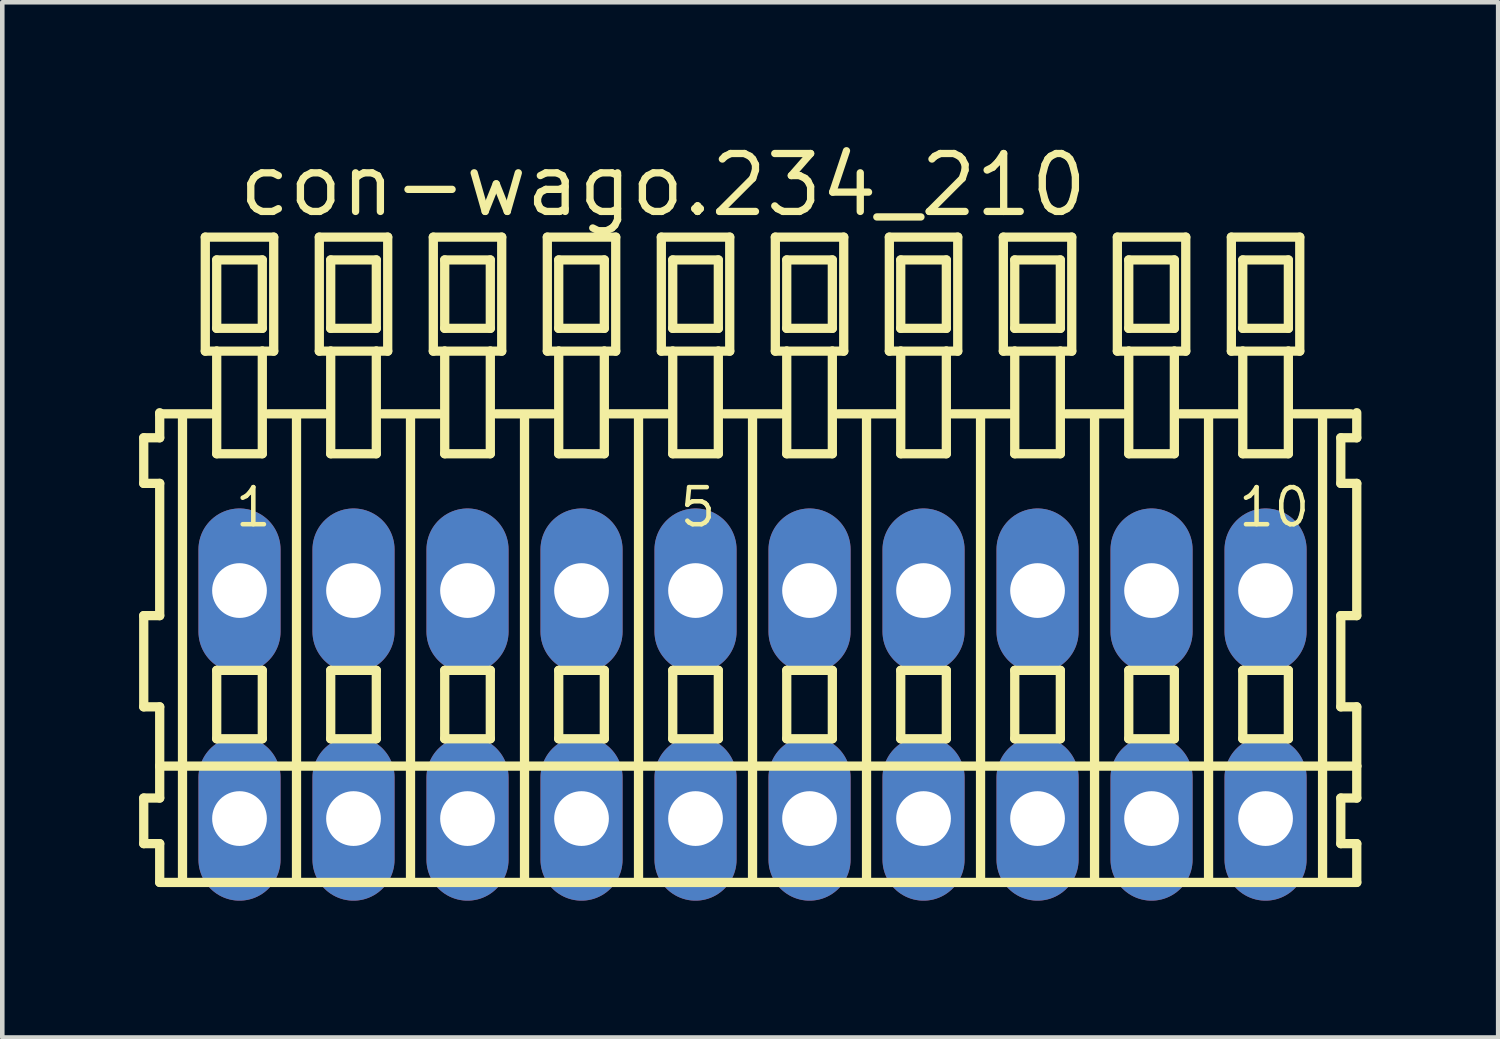
<source format=kicad_pcb>
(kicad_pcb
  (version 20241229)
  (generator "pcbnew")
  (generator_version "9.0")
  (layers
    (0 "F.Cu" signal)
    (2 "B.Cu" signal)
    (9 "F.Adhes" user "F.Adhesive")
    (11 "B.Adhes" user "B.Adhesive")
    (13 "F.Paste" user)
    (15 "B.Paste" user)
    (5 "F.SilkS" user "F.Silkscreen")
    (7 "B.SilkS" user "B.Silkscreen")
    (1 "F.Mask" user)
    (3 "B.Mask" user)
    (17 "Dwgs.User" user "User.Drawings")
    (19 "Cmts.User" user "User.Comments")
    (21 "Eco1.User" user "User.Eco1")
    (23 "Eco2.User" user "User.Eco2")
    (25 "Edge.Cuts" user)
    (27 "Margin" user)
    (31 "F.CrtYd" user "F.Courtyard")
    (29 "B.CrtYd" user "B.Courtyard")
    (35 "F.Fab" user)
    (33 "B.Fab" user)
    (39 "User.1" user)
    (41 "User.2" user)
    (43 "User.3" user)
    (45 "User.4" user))
  (footprint "con-wago.234_210"
    (layer "F.Cu")
    (at 13.452 12.4)
    (property "Reference" "con-wago.234_210" (at -11.35 -10.65 0) (layer "F.SilkS") (effects (font (size 1.27 1.27) (thickness 0.16)) (justify left bottom)))
    (attr through_hole)
    (fp_line (start -13.35 -5.85) (end -13.35 -4.85) (stroke (width 0.203) (type default)) (layer "F.SilkS"))
    (fp_line (start -13.35 -4.85) (end -13 -4.85) (stroke (width 0.203) (type default)) (layer "F.SilkS"))
    (fp_line (start -13.35 -1.95) (end -13.35 0.05) (stroke (width 0.203) (type default)) (layer "F.SilkS"))
    (fp_line (start -13.35 0.05) (end -13 0.05) (stroke (width 0.203) (type default)) (layer "F.SilkS"))
    (fp_line (start -13.35 2.05) (end -13.35 3.05) (stroke (width 0.203) (type default)) (layer "F.SilkS"))
    (fp_line (start -13.35 3.05) (end -13 3.05) (stroke (width 0.203) (type default)) (layer "F.SilkS"))
    (fp_line (start -13 -6.4) (end -13 -6.375) (stroke (width 0.203) (type default)) (layer "F.SilkS"))
    (fp_line (start -13 -6.375) (end -13 -5.85) (stroke (width 0.203) (type default)) (layer "F.SilkS"))
    (fp_line (start -13 -6.375) (end -11.875 -6.375) (stroke (width 0.203) (type default)) (layer "F.SilkS"))
    (fp_line (start -13 -5.85) (end -13.35 -5.85) (stroke (width 0.203) (type default)) (layer "F.SilkS"))
    (fp_line (start -13 -4.85) (end -13 -1.95) (stroke (width 0.203) (type default)) (layer "F.SilkS"))
    (fp_line (start -13 -1.95) (end -13.35 -1.95) (stroke (width 0.203) (type default)) (layer "F.SilkS"))
    (fp_line (start -13 0.05) (end -13 1.35) (stroke (width 0.203) (type default)) (layer "F.SilkS"))
    (fp_line (start -13 1.35) (end -13 2.05) (stroke (width 0.203) (type default)) (layer "F.SilkS"))
    (fp_line (start -13 1.35) (end 13.25 1.35) (stroke (width 0.203) (type default)) (layer "F.SilkS"))
    (fp_line (start -13 2.05) (end -13.35 2.05) (stroke (width 0.203) (type default)) (layer "F.SilkS"))
    (fp_line (start -13 3.05) (end -13 3.9) (stroke (width 0.203) (type default)) (layer "F.SilkS"))
    (fp_line (start -13 3.9) (end 13.25 3.9) (stroke (width 0.203) (type default)) (layer "F.SilkS"))
    (fp_line (start -12.5 -6.35) (end -12.5 3.8) (stroke (width 0.203) (type default)) (layer "F.SilkS"))
    (fp_line (start -12 -10.25) (end -12 -7.75) (stroke (width 0.203) (type default)) (layer "F.SilkS"))
    (fp_line (start -12 -7.75) (end -11.75 -7.75) (stroke (width 0.203) (type default)) (layer "F.SilkS"))
    (fp_line (start -11.75 -9.75) (end -11.75 -8.25) (stroke (width 0.203) (type default)) (layer "F.SilkS"))
    (fp_line (start -11.75 -8.25) (end -10.75 -8.25) (stroke (width 0.203) (type default)) (layer "F.SilkS"))
    (fp_line (start -11.75 -7.75) (end -11.75 -5.5) (stroke (width 0.203) (type default)) (layer "F.SilkS"))
    (fp_line (start -11.75 -7.75) (end -10.75 -7.75) (stroke (width 0.203) (type default)) (layer "F.SilkS"))
    (fp_line (start -11.75 -5.5) (end -10.75 -5.5) (stroke (width 0.203) (type default)) (layer "F.SilkS"))
    (fp_line (start -11.75 -0.75) (end -11.75 0.75) (stroke (width 0.203) (type default)) (layer "F.SilkS"))
    (fp_line (start -11.75 0.75) (end -10.75 0.75) (stroke (width 0.203) (type default)) (layer "F.SilkS"))
    (fp_line (start -10.75 -9.75) (end -11.75 -9.75) (stroke (width 0.203) (type default)) (layer "F.SilkS"))
    (fp_line (start -10.75 -8.25) (end -10.75 -9.75) (stroke (width 0.203) (type default)) (layer "F.SilkS"))
    (fp_line (start -10.75 -7.75) (end -10.5 -7.75) (stroke (width 0.203) (type default)) (layer "F.SilkS"))
    (fp_line (start -10.75 -5.5) (end -10.75 -7.75) (stroke (width 0.203) (type default)) (layer "F.SilkS"))
    (fp_line (start -10.75 -0.75) (end -11.75 -0.75) (stroke (width 0.203) (type default)) (layer "F.SilkS"))
    (fp_line (start -10.75 0.75) (end -10.75 -0.75) (stroke (width 0.203) (type default)) (layer "F.SilkS"))
    (fp_line (start -10.625 -6.375) (end -9.375 -6.375) (stroke (width 0.203) (type default)) (layer "F.SilkS"))
    (fp_line (start -10.5 -10.25) (end -12 -10.25) (stroke (width 0.203) (type default)) (layer "F.SilkS"))
    (fp_line (start -10.5 -7.75) (end -10.5 -10.25) (stroke (width 0.203) (type default)) (layer "F.SilkS"))
    (fp_line (start -10 -6.35) (end -10 3.8) (stroke (width 0.203) (type default)) (layer "F.SilkS"))
    (fp_line (start -9.5 -10.25) (end -9.5 -7.75) (stroke (width 0.203) (type default)) (layer "F.SilkS"))
    (fp_line (start -9.5 -7.75) (end -9.25 -7.75) (stroke (width 0.203) (type default)) (layer "F.SilkS"))
    (fp_line (start -9.25 -9.75) (end -9.25 -8.25) (stroke (width 0.203) (type default)) (layer "F.SilkS"))
    (fp_line (start -9.25 -8.25) (end -8.25 -8.25) (stroke (width 0.203) (type default)) (layer "F.SilkS"))
    (fp_line (start -9.25 -7.75) (end -9.25 -5.5) (stroke (width 0.203) (type default)) (layer "F.SilkS"))
    (fp_line (start -9.25 -7.75) (end -8.25 -7.75) (stroke (width 0.203) (type default)) (layer "F.SilkS"))
    (fp_line (start -9.25 -5.5) (end -8.25 -5.5) (stroke (width 0.203) (type default)) (layer "F.SilkS"))
    (fp_line (start -9.25 -0.75) (end -9.25 0.75) (stroke (width 0.203) (type default)) (layer "F.SilkS"))
    (fp_line (start -9.25 0.75) (end -8.25 0.75) (stroke (width 0.203) (type default)) (layer "F.SilkS"))
    (fp_line (start -8.25 -9.75) (end -9.25 -9.75) (stroke (width 0.203) (type default)) (layer "F.SilkS"))
    (fp_line (start -8.25 -8.25) (end -8.25 -9.75) (stroke (width 0.203) (type default)) (layer "F.SilkS"))
    (fp_line (start -8.25 -7.75) (end -8 -7.75) (stroke (width 0.203) (type default)) (layer "F.SilkS"))
    (fp_line (start -8.25 -5.5) (end -8.25 -7.75) (stroke (width 0.203) (type default)) (layer "F.SilkS"))
    (fp_line (start -8.25 -0.75) (end -9.25 -0.75) (stroke (width 0.203) (type default)) (layer "F.SilkS"))
    (fp_line (start -8.25 0.75) (end -8.25 -0.75) (stroke (width 0.203) (type default)) (layer "F.SilkS"))
    (fp_line (start -8.125 -6.375) (end -6.875 -6.375) (stroke (width 0.203) (type default)) (layer "F.SilkS"))
    (fp_line (start -8 -10.25) (end -9.5 -10.25) (stroke (width 0.203) (type default)) (layer "F.SilkS"))
    (fp_line (start -8 -7.75) (end -8 -10.25) (stroke (width 0.203) (type default)) (layer "F.SilkS"))
    (fp_line (start -7.5 -6.35) (end -7.5 3.8) (stroke (width 0.203) (type default)) (layer "F.SilkS"))
    (fp_line (start -7 -10.25) (end -7 -7.75) (stroke (width 0.203) (type default)) (layer "F.SilkS"))
    (fp_line (start -7 -7.75) (end -6.75 -7.75) (stroke (width 0.203) (type default)) (layer "F.SilkS"))
    (fp_line (start -6.75 -9.75) (end -6.75 -8.25) (stroke (width 0.203) (type default)) (layer "F.SilkS"))
    (fp_line (start -6.75 -8.25) (end -5.75 -8.25) (stroke (width 0.203) (type default)) (layer "F.SilkS"))
    (fp_line (start -6.75 -7.75) (end -6.75 -5.5) (stroke (width 0.203) (type default)) (layer "F.SilkS"))
    (fp_line (start -6.75 -7.75) (end -5.75 -7.75) (stroke (width 0.203) (type default)) (layer "F.SilkS"))
    (fp_line (start -6.75 -5.5) (end -5.75 -5.5) (stroke (width 0.203) (type default)) (layer "F.SilkS"))
    (fp_line (start -6.75 -0.75) (end -6.75 0.75) (stroke (width 0.203) (type default)) (layer "F.SilkS"))
    (fp_line (start -6.75 0.75) (end -5.75 0.75) (stroke (width 0.203) (type default)) (layer "F.SilkS"))
    (fp_line (start -5.75 -9.75) (end -6.75 -9.75) (stroke (width 0.203) (type default)) (layer "F.SilkS"))
    (fp_line (start -5.75 -8.25) (end -5.75 -9.75) (stroke (width 0.203) (type default)) (layer "F.SilkS"))
    (fp_line (start -5.75 -7.75) (end -5.5 -7.75) (stroke (width 0.203) (type default)) (layer "F.SilkS"))
    (fp_line (start -5.75 -5.5) (end -5.75 -7.75) (stroke (width 0.203) (type default)) (layer "F.SilkS"))
    (fp_line (start -5.75 -0.75) (end -6.75 -0.75) (stroke (width 0.203) (type default)) (layer "F.SilkS"))
    (fp_line (start -5.75 0.75) (end -5.75 -0.75) (stroke (width 0.203) (type default)) (layer "F.SilkS"))
    (fp_line (start -5.625 -6.375) (end -4.375 -6.375) (stroke (width 0.203) (type default)) (layer "F.SilkS"))
    (fp_line (start -5.5 -10.25) (end -7 -10.25) (stroke (width 0.203) (type default)) (layer "F.SilkS"))
    (fp_line (start -5.5 -7.75) (end -5.5 -10.25) (stroke (width 0.203) (type default)) (layer "F.SilkS"))
    (fp_line (start -5 -6.35) (end -5 3.8) (stroke (width 0.203) (type default)) (layer "F.SilkS"))
    (fp_line (start -4.5 -10.25) (end -4.5 -7.75) (stroke (width 0.203) (type default)) (layer "F.SilkS"))
    (fp_line (start -4.5 -7.75) (end -4.25 -7.75) (stroke (width 0.203) (type default)) (layer "F.SilkS"))
    (fp_line (start -4.25 -9.75) (end -4.25 -8.25) (stroke (width 0.203) (type default)) (layer "F.SilkS"))
    (fp_line (start -4.25 -8.25) (end -3.25 -8.25) (stroke (width 0.203) (type default)) (layer "F.SilkS"))
    (fp_line (start -4.25 -7.75) (end -4.25 -5.5) (stroke (width 0.203) (type default)) (layer "F.SilkS"))
    (fp_line (start -4.25 -7.75) (end -3.25 -7.75) (stroke (width 0.203) (type default)) (layer "F.SilkS"))
    (fp_line (start -4.25 -5.5) (end -3.25 -5.5) (stroke (width 0.203) (type default)) (layer "F.SilkS"))
    (fp_line (start -4.25 -0.75) (end -4.25 0.75) (stroke (width 0.203) (type default)) (layer "F.SilkS"))
    (fp_line (start -4.25 0.75) (end -3.25 0.75) (stroke (width 0.203) (type default)) (layer "F.SilkS"))
    (fp_line (start -3.25 -9.75) (end -4.25 -9.75) (stroke (width 0.203) (type default)) (layer "F.SilkS"))
    (fp_line (start -3.25 -8.25) (end -3.25 -9.75) (stroke (width 0.203) (type default)) (layer "F.SilkS"))
    (fp_line (start -3.25 -7.75) (end -3 -7.75) (stroke (width 0.203) (type default)) (layer "F.SilkS"))
    (fp_line (start -3.25 -5.5) (end -3.25 -7.75) (stroke (width 0.203) (type default)) (layer "F.SilkS"))
    (fp_line (start -3.25 -0.75) (end -4.25 -0.75) (stroke (width 0.203) (type default)) (layer "F.SilkS"))
    (fp_line (start -3.25 0.75) (end -3.25 -0.75) (stroke (width 0.203) (type default)) (layer "F.SilkS"))
    (fp_line (start -3.125 -6.375) (end -1.875 -6.375) (stroke (width 0.203) (type default)) (layer "F.SilkS"))
    (fp_line (start -3 -10.25) (end -4.5 -10.25) (stroke (width 0.203) (type default)) (layer "F.SilkS"))
    (fp_line (start -3 -7.75) (end -3 -10.25) (stroke (width 0.203) (type default)) (layer "F.SilkS"))
    (fp_line (start -2.5 -6.35) (end -2.5 3.8) (stroke (width 0.203) (type default)) (layer "F.SilkS"))
    (fp_line (start -2 -10.25) (end -2 -7.75) (stroke (width 0.203) (type default)) (layer "F.SilkS"))
    (fp_line (start -2 -7.75) (end -1.75 -7.75) (stroke (width 0.203) (type default)) (layer "F.SilkS"))
    (fp_line (start -1.75 -9.75) (end -1.75 -8.25) (stroke (width 0.203) (type default)) (layer "F.SilkS"))
    (fp_line (start -1.75 -8.25) (end -0.75 -8.25) (stroke (width 0.203) (type default)) (layer "F.SilkS"))
    (fp_line (start -1.75 -7.75) (end -1.75 -5.5) (stroke (width 0.203) (type default)) (layer "F.SilkS"))
    (fp_line (start -1.75 -7.75) (end -0.75 -7.75) (stroke (width 0.203) (type default)) (layer "F.SilkS"))
    (fp_line (start -1.75 -5.5) (end -0.75 -5.5) (stroke (width 0.203) (type default)) (layer "F.SilkS"))
    (fp_line (start -1.75 -0.75) (end -1.75 0.75) (stroke (width 0.203) (type default)) (layer "F.SilkS"))
    (fp_line (start -1.75 0.75) (end -0.75 0.75) (stroke (width 0.203) (type default)) (layer "F.SilkS"))
    (fp_line (start -0.75 -9.75) (end -1.75 -9.75) (stroke (width 0.203) (type default)) (layer "F.SilkS"))
    (fp_line (start -0.75 -8.25) (end -0.75 -9.75) (stroke (width 0.203) (type default)) (layer "F.SilkS"))
    (fp_line (start -0.75 -7.75) (end -0.5 -7.75) (stroke (width 0.203) (type default)) (layer "F.SilkS"))
    (fp_line (start -0.75 -5.5) (end -0.75 -7.75) (stroke (width 0.203) (type default)) (layer "F.SilkS"))
    (fp_line (start -0.75 -0.75) (end -1.75 -0.75) (stroke (width 0.203) (type default)) (layer "F.SilkS"))
    (fp_line (start -0.75 0.75) (end -0.75 -0.75) (stroke (width 0.203) (type default)) (layer "F.SilkS"))
    (fp_line (start -0.625 -6.375) (end 0.625 -6.375) (stroke (width 0.203) (type default)) (layer "F.SilkS"))
    (fp_line (start -0.5 -10.25) (end -2 -10.25) (stroke (width 0.203) (type default)) (layer "F.SilkS"))
    (fp_line (start -0.5 -7.75) (end -0.5 -10.25) (stroke (width 0.203) (type default)) (layer "F.SilkS"))
    (fp_line (start 0 -6.35) (end 0 3.8) (stroke (width 0.203) (type default)) (layer "F.SilkS"))
    (fp_line (start 0.5 -10.25) (end 0.5 -7.75) (stroke (width 0.203) (type default)) (layer "F.SilkS"))
    (fp_line (start 0.5 -7.75) (end 0.75 -7.75) (stroke (width 0.203) (type default)) (layer "F.SilkS"))
    (fp_line (start 0.75 -9.75) (end 0.75 -8.25) (stroke (width 0.203) (type default)) (layer "F.SilkS"))
    (fp_line (start 0.75 -8.25) (end 1.75 -8.25) (stroke (width 0.203) (type default)) (layer "F.SilkS"))
    (fp_line (start 0.75 -7.75) (end 0.75 -5.5) (stroke (width 0.203) (type default)) (layer "F.SilkS"))
    (fp_line (start 0.75 -7.75) (end 1.75 -7.75) (stroke (width 0.203) (type default)) (layer "F.SilkS"))
    (fp_line (start 0.75 -5.5) (end 1.75 -5.5) (stroke (width 0.203) (type default)) (layer "F.SilkS"))
    (fp_line (start 0.75 -0.75) (end 0.75 0.75) (stroke (width 0.203) (type default)) (layer "F.SilkS"))
    (fp_line (start 0.75 0.75) (end 1.75 0.75) (stroke (width 0.203) (type default)) (layer "F.SilkS"))
    (fp_line (start 1.75 -9.75) (end 0.75 -9.75) (stroke (width 0.203) (type default)) (layer "F.SilkS"))
    (fp_line (start 1.75 -8.25) (end 1.75 -9.75) (stroke (width 0.203) (type default)) (layer "F.SilkS"))
    (fp_line (start 1.75 -7.75) (end 2 -7.75) (stroke (width 0.203) (type default)) (layer "F.SilkS"))
    (fp_line (start 1.75 -5.5) (end 1.75 -7.75) (stroke (width 0.203) (type default)) (layer "F.SilkS"))
    (fp_line (start 1.75 -0.75) (end 0.75 -0.75) (stroke (width 0.203) (type default)) (layer "F.SilkS"))
    (fp_line (start 1.75 0.75) (end 1.75 -0.75) (stroke (width 0.203) (type default)) (layer "F.SilkS"))
    (fp_line (start 1.875 -6.375) (end 3.125 -6.375) (stroke (width 0.203) (type default)) (layer "F.SilkS"))
    (fp_line (start 2 -10.25) (end 0.5 -10.25) (stroke (width 0.203) (type default)) (layer "F.SilkS"))
    (fp_line (start 2 -7.75) (end 2 -10.25) (stroke (width 0.203) (type default)) (layer "F.SilkS"))
    (fp_line (start 2.5 -6.35) (end 2.5 3.8) (stroke (width 0.203) (type default)) (layer "F.SilkS"))
    (fp_line (start 3 -10.25) (end 3 -7.75) (stroke (width 0.203) (type default)) (layer "F.SilkS"))
    (fp_line (start 3 -7.75) (end 3.25 -7.75) (stroke (width 0.203) (type default)) (layer "F.SilkS"))
    (fp_line (start 3.25 -9.75) (end 3.25 -8.25) (stroke (width 0.203) (type default)) (layer "F.SilkS"))
    (fp_line (start 3.25 -8.25) (end 4.25 -8.25) (stroke (width 0.203) (type default)) (layer "F.SilkS"))
    (fp_line (start 3.25 -7.75) (end 3.25 -5.5) (stroke (width 0.203) (type default)) (layer "F.SilkS"))
    (fp_line (start 3.25 -7.75) (end 4.25 -7.75) (stroke (width 0.203) (type default)) (layer "F.SilkS"))
    (fp_line (start 3.25 -5.5) (end 4.25 -5.5) (stroke (width 0.203) (type default)) (layer "F.SilkS"))
    (fp_line (start 3.25 -0.75) (end 3.25 0.75) (stroke (width 0.203) (type default)) (layer "F.SilkS"))
    (fp_line (start 3.25 0.75) (end 4.25 0.75) (stroke (width 0.203) (type default)) (layer "F.SilkS"))
    (fp_line (start 4.25 -9.75) (end 3.25 -9.75) (stroke (width 0.203) (type default)) (layer "F.SilkS"))
    (fp_line (start 4.25 -8.25) (end 4.25 -9.75) (stroke (width 0.203) (type default)) (layer "F.SilkS"))
    (fp_line (start 4.25 -7.75) (end 4.5 -7.75) (stroke (width 0.203) (type default)) (layer "F.SilkS"))
    (fp_line (start 4.25 -5.5) (end 4.25 -7.75) (stroke (width 0.203) (type default)) (layer "F.SilkS"))
    (fp_line (start 4.25 -0.75) (end 3.25 -0.75) (stroke (width 0.203) (type default)) (layer "F.SilkS"))
    (fp_line (start 4.25 0.75) (end 4.25 -0.75) (stroke (width 0.203) (type default)) (layer "F.SilkS"))
    (fp_line (start 4.375 -6.375) (end 5.625 -6.375) (stroke (width 0.203) (type default)) (layer "F.SilkS"))
    (fp_line (start 4.5 -10.25) (end 3 -10.25) (stroke (width 0.203) (type default)) (layer "F.SilkS"))
    (fp_line (start 4.5 -7.75) (end 4.5 -10.25) (stroke (width 0.203) (type default)) (layer "F.SilkS"))
    (fp_line (start 5 -6.35) (end 5 3.8) (stroke (width 0.203) (type default)) (layer "F.SilkS"))
    (fp_line (start 5.5 -10.25) (end 5.5 -7.75) (stroke (width 0.203) (type default)) (layer "F.SilkS"))
    (fp_line (start 5.5 -7.75) (end 5.75 -7.75) (stroke (width 0.203) (type default)) (layer "F.SilkS"))
    (fp_line (start 5.75 -9.75) (end 5.75 -8.25) (stroke (width 0.203) (type default)) (layer "F.SilkS"))
    (fp_line (start 5.75 -8.25) (end 6.75 -8.25) (stroke (width 0.203) (type default)) (layer "F.SilkS"))
    (fp_line (start 5.75 -7.75) (end 5.75 -5.5) (stroke (width 0.203) (type default)) (layer "F.SilkS"))
    (fp_line (start 5.75 -7.75) (end 6.75 -7.75) (stroke (width 0.203) (type default)) (layer "F.SilkS"))
    (fp_line (start 5.75 -5.5) (end 6.75 -5.5) (stroke (width 0.203) (type default)) (layer "F.SilkS"))
    (fp_line (start 5.75 -0.75) (end 5.75 0.75) (stroke (width 0.203) (type default)) (layer "F.SilkS"))
    (fp_line (start 5.75 0.75) (end 6.75 0.75) (stroke (width 0.203) (type default)) (layer "F.SilkS"))
    (fp_line (start 6.75 -9.75) (end 5.75 -9.75) (stroke (width 0.203) (type default)) (layer "F.SilkS"))
    (fp_line (start 6.75 -8.25) (end 6.75 -9.75) (stroke (width 0.203) (type default)) (layer "F.SilkS"))
    (fp_line (start 6.75 -7.75) (end 7 -7.75) (stroke (width 0.203) (type default)) (layer "F.SilkS"))
    (fp_line (start 6.75 -5.5) (end 6.75 -7.75) (stroke (width 0.203) (type default)) (layer "F.SilkS"))
    (fp_line (start 6.75 -0.75) (end 5.75 -0.75) (stroke (width 0.203) (type default)) (layer "F.SilkS"))
    (fp_line (start 6.75 0.75) (end 6.75 -0.75) (stroke (width 0.203) (type default)) (layer "F.SilkS"))
    (fp_line (start 6.875 -6.375) (end 8.125 -6.375) (stroke (width 0.203) (type default)) (layer "F.SilkS"))
    (fp_line (start 7 -10.25) (end 5.5 -10.25) (stroke (width 0.203) (type default)) (layer "F.SilkS"))
    (fp_line (start 7 -7.75) (end 7 -10.25) (stroke (width 0.203) (type default)) (layer "F.SilkS"))
    (fp_line (start 7.5 -6.35) (end 7.5 3.8) (stroke (width 0.203) (type default)) (layer "F.SilkS"))
    (fp_line (start 8 -10.25) (end 8 -7.75) (stroke (width 0.203) (type default)) (layer "F.SilkS"))
    (fp_line (start 8 -7.75) (end 8.25 -7.75) (stroke (width 0.203) (type default)) (layer "F.SilkS"))
    (fp_line (start 8.25 -9.75) (end 8.25 -8.25) (stroke (width 0.203) (type default)) (layer "F.SilkS"))
    (fp_line (start 8.25 -8.25) (end 9.25 -8.25) (stroke (width 0.203) (type default)) (layer "F.SilkS"))
    (fp_line (start 8.25 -7.75) (end 8.25 -5.5) (stroke (width 0.203) (type default)) (layer "F.SilkS"))
    (fp_line (start 8.25 -7.75) (end 9.25 -7.75) (stroke (width 0.203) (type default)) (layer "F.SilkS"))
    (fp_line (start 8.25 -5.5) (end 9.25 -5.5) (stroke (width 0.203) (type default)) (layer "F.SilkS"))
    (fp_line (start 8.25 -0.75) (end 8.25 0.75) (stroke (width 0.203) (type default)) (layer "F.SilkS"))
    (fp_line (start 8.25 0.75) (end 9.25 0.75) (stroke (width 0.203) (type default)) (layer "F.SilkS"))
    (fp_line (start 9.25 -9.75) (end 8.25 -9.75) (stroke (width 0.203) (type default)) (layer "F.SilkS"))
    (fp_line (start 9.25 -8.25) (end 9.25 -9.75) (stroke (width 0.203) (type default)) (layer "F.SilkS"))
    (fp_line (start 9.25 -7.75) (end 9.5 -7.75) (stroke (width 0.203) (type default)) (layer "F.SilkS"))
    (fp_line (start 9.25 -5.5) (end 9.25 -7.75) (stroke (width 0.203) (type default)) (layer "F.SilkS"))
    (fp_line (start 9.25 -0.75) (end 8.25 -0.75) (stroke (width 0.203) (type default)) (layer "F.SilkS"))
    (fp_line (start 9.25 0.75) (end 9.25 -0.75) (stroke (width 0.203) (type default)) (layer "F.SilkS"))
    (fp_line (start 9.375 -6.375) (end 10.625 -6.375) (stroke (width 0.203) (type default)) (layer "F.SilkS"))
    (fp_line (start 9.5 -10.25) (end 8 -10.25) (stroke (width 0.203) (type default)) (layer "F.SilkS"))
    (fp_line (start 9.5 -7.75) (end 9.5 -10.25) (stroke (width 0.203) (type default)) (layer "F.SilkS"))
    (fp_line (start 10 -6.35) (end 10 3.8) (stroke (width 0.203) (type default)) (layer "F.SilkS"))
    (fp_line (start 10.5 -10.25) (end 10.5 -7.75) (stroke (width 0.203) (type default)) (layer "F.SilkS"))
    (fp_line (start 10.5 -7.75) (end 10.75 -7.75) (stroke (width 0.203) (type default)) (layer "F.SilkS"))
    (fp_line (start 10.75 -9.75) (end 10.75 -8.25) (stroke (width 0.203) (type default)) (layer "F.SilkS"))
    (fp_line (start 10.75 -8.25) (end 11.75 -8.25) (stroke (width 0.203) (type default)) (layer "F.SilkS"))
    (fp_line (start 10.75 -7.75) (end 10.75 -5.5) (stroke (width 0.203) (type default)) (layer "F.SilkS"))
    (fp_line (start 10.75 -7.75) (end 11.75 -7.75) (stroke (width 0.203) (type default)) (layer "F.SilkS"))
    (fp_line (start 10.75 -5.5) (end 11.75 -5.5) (stroke (width 0.203) (type default)) (layer "F.SilkS"))
    (fp_line (start 10.75 -0.75) (end 10.75 0.75) (stroke (width 0.203) (type default)) (layer "F.SilkS"))
    (fp_line (start 10.75 0.75) (end 11.75 0.75) (stroke (width 0.203) (type default)) (layer "F.SilkS"))
    (fp_line (start 11.75 -9.75) (end 10.75 -9.75) (stroke (width 0.203) (type default)) (layer "F.SilkS"))
    (fp_line (start 11.75 -8.25) (end 11.75 -9.75) (stroke (width 0.203) (type default)) (layer "F.SilkS"))
    (fp_line (start 11.75 -7.75) (end 12 -7.75) (stroke (width 0.203) (type default)) (layer "F.SilkS"))
    (fp_line (start 11.75 -5.5) (end 11.75 -7.75) (stroke (width 0.203) (type default)) (layer "F.SilkS"))
    (fp_line (start 11.75 -0.75) (end 10.75 -0.75) (stroke (width 0.203) (type default)) (layer "F.SilkS"))
    (fp_line (start 11.75 0.75) (end 11.75 -0.75) (stroke (width 0.203) (type default)) (layer "F.SilkS"))
    (fp_line (start 11.875 -6.375) (end 13.125 -6.375) (stroke (width 0.203) (type default)) (layer "F.SilkS"))
    (fp_line (start 12 -10.25) (end 10.5 -10.25) (stroke (width 0.203) (type default)) (layer "F.SilkS"))
    (fp_line (start 12 -7.75) (end 12 -10.25) (stroke (width 0.203) (type default)) (layer "F.SilkS"))
    (fp_line (start 12.5 -6.35) (end 12.5 3.8) (stroke (width 0.203) (type default)) (layer "F.SilkS"))
    (fp_line (start 12.9 -5.85) (end 12.9 -4.85) (stroke (width 0.203) (type default)) (layer "F.SilkS"))
    (fp_line (start 12.9 -4.85) (end 13.25 -4.85) (stroke (width 0.203) (type default)) (layer "F.SilkS"))
    (fp_line (start 12.9 -1.95) (end 12.9 0.05) (stroke (width 0.203) (type default)) (layer "F.SilkS"))
    (fp_line (start 12.9 0.05) (end 13.25 0.05) (stroke (width 0.203) (type default)) (layer "F.SilkS"))
    (fp_line (start 12.9 2.05) (end 12.9 3.05) (stroke (width 0.203) (type default)) (layer "F.SilkS"))
    (fp_line (start 12.9 3.05) (end 13.25 3.05) (stroke (width 0.203) (type default)) (layer "F.SilkS"))
    (fp_line (start 13.25 -5.85) (end 12.9 -5.85) (stroke (width 0.203) (type default)) (layer "F.SilkS"))
    (fp_line (start 13.25 -5.85) (end 13.25 -6.4) (stroke (width 0.203) (type default)) (layer "F.SilkS"))
    (fp_line (start 13.25 -1.95) (end 12.9 -1.95) (stroke (width 0.203) (type default)) (layer "F.SilkS"))
    (fp_line (start 13.25 -1.95) (end 13.25 -4.85) (stroke (width 0.203) (type default)) (layer "F.SilkS"))
    (fp_line (start 13.25 1.35) (end 13.25 0.05) (stroke (width 0.203) (type default)) (layer "F.SilkS"))
    (fp_line (start 13.25 2.05) (end 12.9 2.05) (stroke (width 0.203) (type default)) (layer "F.SilkS"))
    (fp_line (start 13.25 2.05) (end 13.25 1.35) (stroke (width 0.203) (type default)) (layer "F.SilkS"))
    (fp_line (start 13.25 3.9) (end 13.25 3.05) (stroke (width 0.203) (type default)) (layer "F.SilkS"))
    (fp_text user "5" (at -1.65 -3.85 0) (layer "F.SilkS") (effects (font (size 0.813 0.813) (thickness 0.1)) (justify left bottom)))
    (fp_text user "1" (at -11.4 -3.85 0) (layer "F.SilkS") (effects (font (size 0.813 0.813) (thickness 0.1)) (justify left bottom)))
    (fp_text user "10" (at 10.6 -3.85 0) (layer "F.SilkS") (effects (font (size 0.813 0.813) (thickness 0.1)) (justify left bottom)))
    (pad "A1" thru_hole oval (at -11.25 -2.5 90) (size 3.6 1.8) (drill 1.2) (layers "*.Cu" "*.Mask"))
    (pad "A2" thru_hole oval (at -8.75 -2.5 90) (size 3.6 1.8) (drill 1.2) (layers "*.Cu" "*.Mask"))
    (pad "A3" thru_hole oval (at -6.25 -2.5 90) (size 3.6 1.8) (drill 1.2) (layers "*.Cu" "*.Mask"))
    (pad "A4" thru_hole oval (at -3.75 -2.5 90) (size 3.6 1.8) (drill 1.2) (layers "*.Cu" "*.Mask"))
    (pad "A5" thru_hole oval (at -1.25 -2.5 90) (size 3.6 1.8) (drill 1.2) (layers "*.Cu" "*.Mask"))
    (pad "A6" thru_hole oval (at 1.25 -2.5 90) (size 3.6 1.8) (drill 1.2) (layers "*.Cu" "*.Mask"))
    (pad "A7" thru_hole oval (at 3.75 -2.5 90) (size 3.6 1.8) (drill 1.2) (layers "*.Cu" "*.Mask"))
    (pad "A8" thru_hole oval (at 6.25 -2.5 90) (size 3.6 1.8) (drill 1.2) (layers "*.Cu" "*.Mask"))
    (pad "A9" thru_hole oval (at 8.75 -2.5 90) (size 3.6 1.8) (drill 1.2) (layers "*.Cu" "*.Mask"))
    (pad "A10" thru_hole oval (at 11.25 -2.5 90) (size 3.6 1.8) (drill 1.2) (layers "*.Cu" "*.Mask"))
    (pad "B1" thru_hole oval (at -11.25 2.5 90) (size 3.6 1.8) (drill 1.2) (layers "*.Cu" "*.Mask"))
    (pad "B2" thru_hole oval (at -8.75 2.5 90) (size 3.6 1.8) (drill 1.2) (layers "*.Cu" "*.Mask"))
    (pad "B3" thru_hole oval (at -6.25 2.5 90) (size 3.6 1.8) (drill 1.2) (layers "*.Cu" "*.Mask"))
    (pad "B4" thru_hole oval (at -3.75 2.5 90) (size 3.6 1.8) (drill 1.2) (layers "*.Cu" "*.Mask"))
    (pad "B5" thru_hole oval (at -1.25 2.5 90) (size 3.6 1.8) (drill 1.2) (layers "*.Cu" "*.Mask"))
    (pad "B6" thru_hole oval (at 1.25 2.5 90) (size 3.6 1.8) (drill 1.2) (layers "*.Cu" "*.Mask"))
    (pad "B7" thru_hole oval (at 3.75 2.5 90) (size 3.6 1.8) (drill 1.2) (layers "*.Cu" "*.Mask"))
    (pad "B8" thru_hole oval (at 6.25 2.5 90) (size 3.6 1.8) (drill 1.2) (layers "*.Cu" "*.Mask"))
    (pad "B9" thru_hole oval (at 8.75 2.5 90) (size 3.6 1.8) (drill 1.2) (layers "*.Cu" "*.Mask"))
    (pad "B10" thru_hole oval (at 11.25 2.5 90) (size 3.6 1.8) (drill 1.2) (layers "*.Cu" "*.Mask")))
  (gr_rect
    (start -3 -3)
    (end 29.803 19.7)
    (stroke (width 0.1) (type default))
    (fill no)
    (layer "Edge.Cuts")))
</source>
